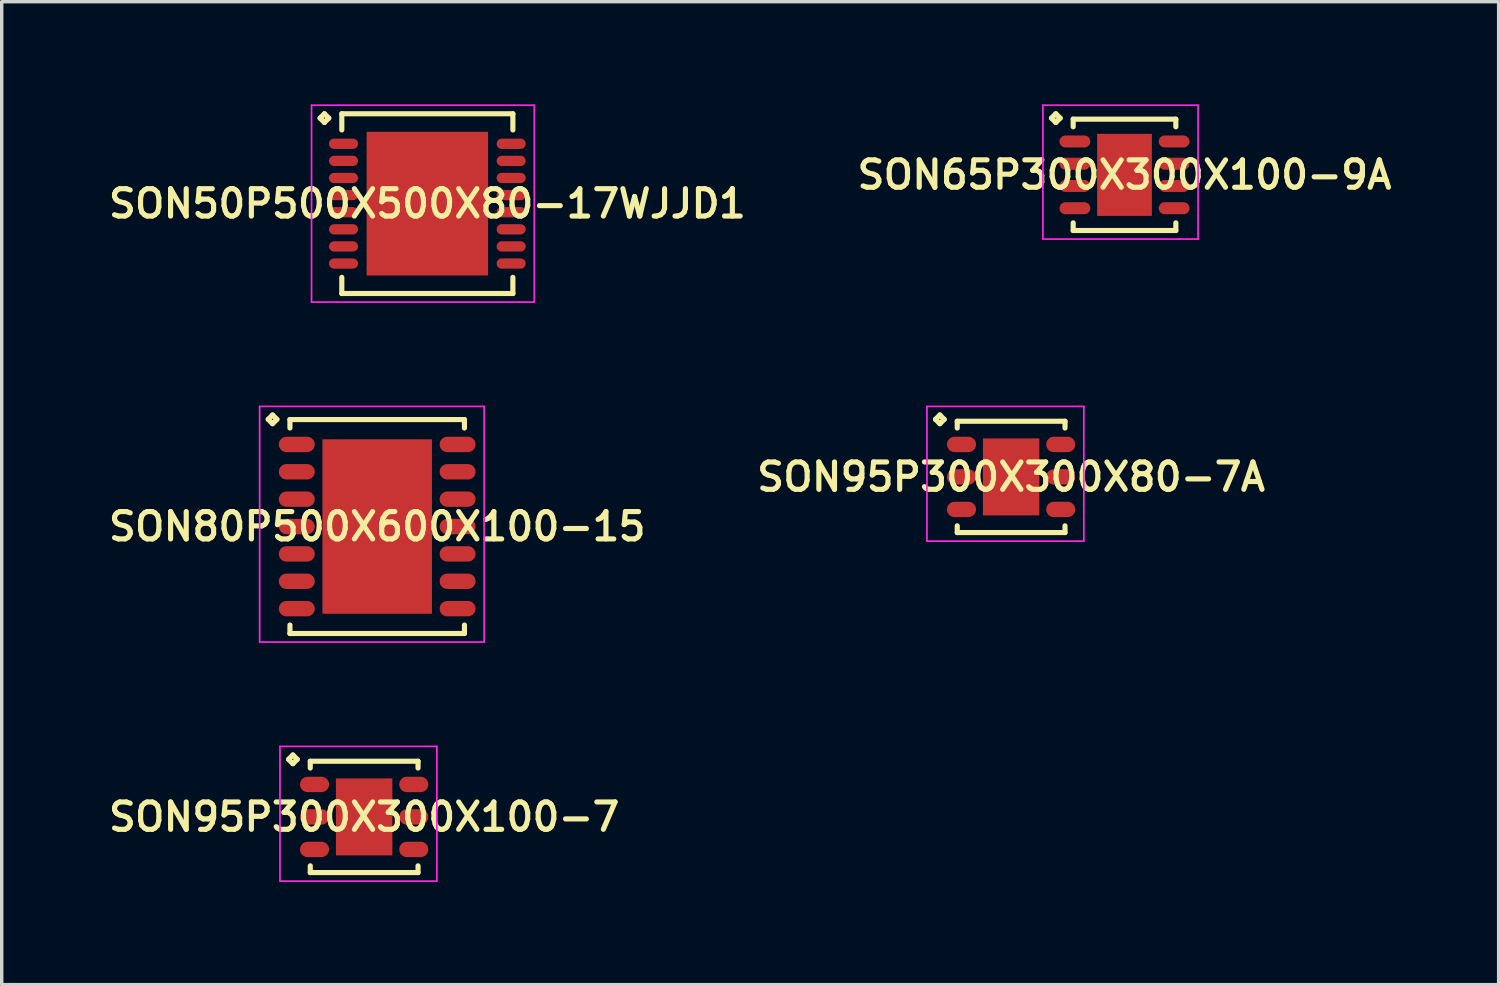
<source format=kicad_pcb>
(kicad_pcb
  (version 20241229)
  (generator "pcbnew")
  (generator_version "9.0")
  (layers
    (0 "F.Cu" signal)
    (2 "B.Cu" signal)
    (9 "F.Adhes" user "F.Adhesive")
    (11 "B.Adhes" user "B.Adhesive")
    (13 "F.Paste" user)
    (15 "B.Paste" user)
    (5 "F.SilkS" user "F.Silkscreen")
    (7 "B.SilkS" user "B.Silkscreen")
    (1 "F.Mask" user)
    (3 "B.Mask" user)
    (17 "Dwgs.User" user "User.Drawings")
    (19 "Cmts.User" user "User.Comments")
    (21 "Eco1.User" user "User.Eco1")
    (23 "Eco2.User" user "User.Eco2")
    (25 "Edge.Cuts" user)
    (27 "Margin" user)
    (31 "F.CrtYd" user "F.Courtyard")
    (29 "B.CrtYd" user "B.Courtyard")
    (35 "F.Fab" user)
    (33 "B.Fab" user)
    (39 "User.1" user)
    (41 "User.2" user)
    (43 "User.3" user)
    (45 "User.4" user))
  (footprint "SON80P500X600X100-15"
    (layer "F.Cu")
    (at 7.974 12.339)
    (property "Reference" "SON80P500X600X100-15" (at 0 0 0) (layer "F.SilkS") (effects (font (size 0.8 0.8) (thickness 0.15))))
    (attr smd)
    (fp_line (start -3.185 -3.133) (end -3.058 -3.26) (stroke (width 0.15) (type solid)) (layer "F.SilkS"))
    (fp_line (start -3.058 -3.26) (end -2.931 -3.133) (stroke (width 0.15) (type solid)) (layer "F.SilkS"))
    (fp_line (start -3.058 -3.006) (end -3.185 -3.133) (stroke (width 0.15) (type solid)) (layer "F.SilkS"))
    (fp_line (start -2.931 -3.133) (end -3.058 -3.006) (stroke (width 0.15) (type solid)) (layer "F.SilkS"))
    (fp_line (start -2.55 -3.127) (end 2.55 -3.127) (stroke (width 0.15) (type solid)) (layer "F.SilkS"))
    (fp_line (start -2.55 -2.879) (end -2.55 -3.127) (stroke (width 0.15) (type solid)) (layer "F.SilkS"))
    (fp_line (start -2.55 2.879) (end -2.55 3.127) (stroke (width 0.15) (type solid)) (layer "F.SilkS"))
    (fp_line (start -2.55 3.127) (end 2.55 3.127) (stroke (width 0.15) (type solid)) (layer "F.SilkS"))
    (fp_line (start 2.55 -3.127) (end 2.55 -2.879) (stroke (width 0.15) (type solid)) (layer "F.SilkS"))
    (fp_line (start 2.55 3.127) (end 2.55 2.879) (stroke (width 0.15) (type solid)) (layer "F.SilkS"))
    (fp_line (start -3.435 -3.51) (end 3.125 -3.51) (stroke (width 0.05) (type solid)) (layer "F.CrtYd"))
    (fp_line (start -3.435 3.377) (end -3.435 -3.51) (stroke (width 0.05) (type solid)) (layer "F.CrtYd"))
    (fp_line (start 3.125 -3.51) (end 3.125 3.377) (stroke (width 0.05) (type solid)) (layer "F.CrtYd"))
    (fp_line (start 3.125 3.377) (end -3.435 3.377) (stroke (width 0.05) (type solid)) (layer "F.CrtYd"))
    (pad "1" smd oval (at -2.35 -2.4) (size 1.05 0.45) (layers "F.Cu" "F.Mask" "F.Paste"))
    (pad "2" smd oval (at -2.35 -1.6) (size 1.05 0.45) (layers "F.Cu" "F.Mask" "F.Paste"))
    (pad "3" smd oval (at -2.35 -0.8) (size 1.05 0.45) (layers "F.Cu" "F.Mask" "F.Paste"))
    (pad "4" smd oval (at -2.35 0) (size 1.05 0.45) (layers "F.Cu" "F.Mask" "F.Paste"))
    (pad "5" smd oval (at -2.35 0.8) (size 1.05 0.45) (layers "F.Cu" "F.Mask" "F.Paste"))
    (pad "6" smd oval (at -2.35 1.6) (size 1.05 0.45) (layers "F.Cu" "F.Mask" "F.Paste"))
    (pad "7" smd oval (at -2.35 2.4) (size 1.05 0.45) (layers "F.Cu" "F.Mask" "F.Paste"))
    (pad "8" smd oval (at 2.35 2.4) (size 1.05 0.45) (layers "F.Cu" "F.Mask" "F.Paste"))
    (pad "9" smd oval (at 2.35 1.6) (size 1.05 0.45) (layers "F.Cu" "F.Mask" "F.Paste"))
    (pad "10" smd oval (at 2.35 0.8) (size 1.05 0.45) (layers "F.Cu" "F.Mask" "F.Paste"))
    (pad "11" smd oval (at 2.35 0) (size 1.05 0.45) (layers "F.Cu" "F.Mask" "F.Paste"))
    (pad "12" smd oval (at 2.35 -0.8) (size 1.05 0.45) (layers "F.Cu" "F.Mask" "F.Paste"))
    (pad "13" smd oval (at 2.35 -1.6) (size 1.05 0.45) (layers "F.Cu" "F.Mask" "F.Paste"))
    (pad "14" smd oval (at 2.35 -2.4) (size 1.05 0.45) (layers "F.Cu" "F.Mask" "F.Paste"))
    (pad "15" smd rect (at 0 0) (size 3.2 5.1) (layers "F.Cu" "F.Mask" "F.Paste")))
  (footprint "SON95P300X300X80-7A"
    (layer "F.Cu")
    (at 26.502 10.889)
    (property "Reference" "SON95P300X300X80-7A" (at 0 0 0) (layer "F.SilkS") (effects (font (size 0.8 0.8) (thickness 0.15))))
    (attr smd)
    (fp_line (start -2.21 -1.683) (end -2.083 -1.81) (stroke (width 0.15) (type solid)) (layer "F.SilkS"))
    (fp_line (start -2.083 -1.81) (end -1.956 -1.683) (stroke (width 0.15) (type solid)) (layer "F.SilkS"))
    (fp_line (start -2.083 -1.556) (end -2.21 -1.683) (stroke (width 0.15) (type solid)) (layer "F.SilkS"))
    (fp_line (start -1.956 -1.683) (end -2.083 -1.556) (stroke (width 0.15) (type solid)) (layer "F.SilkS"))
    (fp_line (start -1.575 -1.627) (end 1.575 -1.627) (stroke (width 0.15) (type solid)) (layer "F.SilkS"))
    (fp_line (start -1.575 -1.429) (end -1.575 -1.627) (stroke (width 0.15) (type solid)) (layer "F.SilkS"))
    (fp_line (start -1.575 1.429) (end -1.575 1.627) (stroke (width 0.15) (type solid)) (layer "F.SilkS"))
    (fp_line (start -1.575 1.627) (end 1.575 1.627) (stroke (width 0.15) (type solid)) (layer "F.SilkS"))
    (fp_line (start 1.575 -1.627) (end 1.575 -1.429) (stroke (width 0.15) (type solid)) (layer "F.SilkS"))
    (fp_line (start 1.575 1.627) (end 1.575 1.429) (stroke (width 0.15) (type solid)) (layer "F.SilkS"))
    (fp_line (start -2.46 -2.06) (end 2.125 -2.06) (stroke (width 0.05) (type solid)) (layer "F.CrtYd"))
    (fp_line (start -2.46 1.877) (end -2.46 -2.06) (stroke (width 0.05) (type solid)) (layer "F.CrtYd"))
    (fp_line (start 2.125 -2.06) (end 2.125 1.877) (stroke (width 0.05) (type solid)) (layer "F.CrtYd"))
    (fp_line (start 2.125 1.877) (end -2.46 1.877) (stroke (width 0.05) (type solid)) (layer "F.CrtYd"))
    (pad "1" smd oval (at -1.45 -0.95) (size 0.85 0.45) (layers "F.Cu" "F.Mask" "F.Paste"))
    (pad "2" smd oval (at -1.45 0) (size 0.85 0.45) (layers "F.Cu" "F.Mask" "F.Paste"))
    (pad "3" smd oval (at -1.45 0.95) (size 0.85 0.45) (layers "F.Cu" "F.Mask" "F.Paste"))
    (pad "4" smd oval (at 1.45 0.95) (size 0.85 0.45) (layers "F.Cu" "F.Mask" "F.Paste"))
    (pad "5" smd oval (at 1.45 0) (size 0.85 0.45) (layers "F.Cu" "F.Mask" "F.Paste"))
    (pad "6" smd oval (at 1.45 -0.95) (size 0.85 0.45) (layers "F.Cu" "F.Mask" "F.Paste"))
    (pad "7" smd rect (at 0 0) (size 1.65 2.25) (layers "F.Cu" "F.Mask" "F.Paste")))
  (footprint "SON50P500X500X80-17WJJD1"
    (layer "F.Cu")
    (at 9.44 2.902)
    (property "Reference" "SON50P500X500X80-17WJJD1" (at 0 0 0) (layer "F.SilkS") (effects (font (size 0.8 0.8) (thickness 0.15))))
    (attr smd)
    (fp_line (start -3.135 -2.5) (end -3.008 -2.627) (stroke (width 0.15) (type solid)) (layer "F.SilkS"))
    (fp_line (start -3.008 -2.627) (end -2.881 -2.5) (stroke (width 0.15) (type solid)) (layer "F.SilkS"))
    (fp_line (start -3.008 -2.373) (end -3.135 -2.5) (stroke (width 0.15) (type solid)) (layer "F.SilkS"))
    (fp_line (start -2.881 -2.5) (end -3.008 -2.373) (stroke (width 0.15) (type solid)) (layer "F.SilkS"))
    (fp_line (start -2.5 -2.627) (end 2.5 -2.627) (stroke (width 0.15) (type solid)) (layer "F.SilkS"))
    (fp_line (start -2.5 -2.154) (end -2.5 -2.627) (stroke (width 0.15) (type solid)) (layer "F.SilkS"))
    (fp_line (start -2.5 2.154) (end -2.5 2.627) (stroke (width 0.15) (type solid)) (layer "F.SilkS"))
    (fp_line (start -2.5 2.627) (end 2.5 2.627) (stroke (width 0.15) (type solid)) (layer "F.SilkS"))
    (fp_line (start 2.5 -2.627) (end 2.5 -2.154) (stroke (width 0.15) (type solid)) (layer "F.SilkS"))
    (fp_line (start 2.5 2.627) (end 2.5 2.154) (stroke (width 0.15) (type solid)) (layer "F.SilkS"))
    (fp_line (start -3.385 -2.877) (end 3.125 -2.877) (stroke (width 0.05) (type solid)) (layer "F.CrtYd"))
    (fp_line (start -3.385 2.877) (end -3.385 -2.877) (stroke (width 0.05) (type solid)) (layer "F.CrtYd"))
    (fp_line (start 3.125 -2.877) (end 3.125 2.877) (stroke (width 0.05) (type solid)) (layer "F.CrtYd"))
    (fp_line (start 3.125 2.877) (end -3.385 2.877) (stroke (width 0.05) (type solid)) (layer "F.CrtYd"))
    (pad "1" smd oval (at -2.45 -1.75) (size 0.85 0.3) (layers "F.Cu" "F.Mask" "F.Paste"))
    (pad "2" smd oval (at -2.45 -1.25) (size 0.85 0.3) (layers "F.Cu" "F.Mask" "F.Paste"))
    (pad "3" smd oval (at -2.45 -0.75) (size 0.85 0.3) (layers "F.Cu" "F.Mask" "F.Paste"))
    (pad "4" smd oval (at -2.45 -0.25) (size 0.85 0.3) (layers "F.Cu" "F.Mask" "F.Paste"))
    (pad "5" smd oval (at -2.45 0.25) (size 0.85 0.3) (layers "F.Cu" "F.Mask" "F.Paste"))
    (pad "6" smd oval (at -2.45 0.75) (size 0.85 0.3) (layers "F.Cu" "F.Mask" "F.Paste"))
    (pad "7" smd oval (at -2.45 1.25) (size 0.85 0.3) (layers "F.Cu" "F.Mask" "F.Paste"))
    (pad "8" smd oval (at -2.45 1.75) (size 0.85 0.3) (layers "F.Cu" "F.Mask" "F.Paste"))
    (pad "9" smd oval (at 2.45 1.75) (size 0.85 0.3) (layers "F.Cu" "F.Mask" "F.Paste"))
    (pad "10" smd oval (at 2.45 1.25) (size 0.85 0.3) (layers "F.Cu" "F.Mask" "F.Paste"))
    (pad "11" smd oval (at 2.45 0.75) (size 0.85 0.3) (layers "F.Cu" "F.Mask" "F.Paste"))
    (pad "12" smd oval (at 2.45 0.25) (size 0.85 0.3) (layers "F.Cu" "F.Mask" "F.Paste"))
    (pad "13" smd oval (at 2.45 -0.25) (size 0.85 0.3) (layers "F.Cu" "F.Mask" "F.Paste"))
    (pad "14" smd oval (at 2.45 -0.75) (size 0.85 0.3) (layers "F.Cu" "F.Mask" "F.Paste"))
    (pad "15" smd oval (at 2.45 -1.25) (size 0.85 0.3) (layers "F.Cu" "F.Mask" "F.Paste"))
    (pad "16" smd oval (at 2.45 -1.75) (size 0.85 0.3) (layers "F.Cu" "F.Mask" "F.Paste"))
    (pad "17" smd rect (at 0 0) (size 3.55 4.2) (layers "F.Cu" "F.Mask" "F.Paste")))
  (footprint "SON65P300X300X100-9A"
    (layer "F.Cu")
    (at 29.816 2.06)
    (property "Reference" "SON65P300X300X100-9A" (at 0 0 0) (layer "F.SilkS") (effects (font (size 0.8 0.8) (thickness 0.15))))
    (attr smd)
    (fp_line (start -2.135 -1.658) (end -2.008 -1.785) (stroke (width 0.15) (type solid)) (layer "F.SilkS"))
    (fp_line (start -2.008 -1.785) (end -1.881 -1.658) (stroke (width 0.15) (type solid)) (layer "F.SilkS"))
    (fp_line (start -2.008 -1.531) (end -2.135 -1.658) (stroke (width 0.15) (type solid)) (layer "F.SilkS"))
    (fp_line (start -1.881 -1.658) (end -2.008 -1.531) (stroke (width 0.15) (type solid)) (layer "F.SilkS"))
    (fp_line (start -1.5 -1.627) (end 1.5 -1.627) (stroke (width 0.15) (type solid)) (layer "F.SilkS"))
    (fp_line (start -1.5 -1.404) (end -1.5 -1.627) (stroke (width 0.15) (type solid)) (layer "F.SilkS"))
    (fp_line (start -1.5 1.404) (end -1.5 1.627) (stroke (width 0.15) (type solid)) (layer "F.SilkS"))
    (fp_line (start -1.5 1.627) (end 1.5 1.627) (stroke (width 0.15) (type solid)) (layer "F.SilkS"))
    (fp_line (start 1.5 -1.627) (end 1.5 -1.404) (stroke (width 0.15) (type solid)) (layer "F.SilkS"))
    (fp_line (start 1.5 1.627) (end 1.5 1.404) (stroke (width 0.15) (type solid)) (layer "F.SilkS"))
    (fp_line (start -2.385 -2.035) (end 2.15 -2.035) (stroke (width 0.05) (type solid)) (layer "F.CrtYd"))
    (fp_line (start -2.385 1.877) (end -2.385 -2.035) (stroke (width 0.05) (type solid)) (layer "F.CrtYd"))
    (fp_line (start 2.15 -2.035) (end 2.15 1.877) (stroke (width 0.05) (type solid)) (layer "F.CrtYd"))
    (fp_line (start 2.15 1.877) (end -2.385 1.877) (stroke (width 0.05) (type solid)) (layer "F.CrtYd"))
    (pad "1" smd oval (at -1.45 -0.975) (size 0.9 0.35) (layers "F.Cu" "F.Mask" "F.Paste"))
    (pad "2" smd oval (at -1.45 -0.325) (size 0.9 0.35) (layers "F.Cu" "F.Mask" "F.Paste"))
    (pad "3" smd oval (at -1.45 0.325) (size 0.9 0.35) (layers "F.Cu" "F.Mask" "F.Paste"))
    (pad "4" smd oval (at -1.45 0.975) (size 0.9 0.35) (layers "F.Cu" "F.Mask" "F.Paste"))
    (pad "5" smd oval (at 1.45 0.975) (size 0.9 0.35) (layers "F.Cu" "F.Mask" "F.Paste"))
    (pad "6" smd oval (at 1.45 0.325) (size 0.9 0.35) (layers "F.Cu" "F.Mask" "F.Paste"))
    (pad "7" smd oval (at 1.45 -0.325) (size 0.9 0.35) (layers "F.Cu" "F.Mask" "F.Paste"))
    (pad "8" smd oval (at 1.45 -0.975) (size 0.9 0.35) (layers "F.Cu" "F.Mask" "F.Paste"))
    (pad "9" smd rect (at 0 0) (size 1.6 2.4) (layers "F.Cu" "F.Mask" "F.Paste")))
  (footprint "SON95P300X300X100-7"
    (layer "F.Cu")
    (at 7.593 20.826)
    (property "Reference" "SON95P300X300X100-7" (at 0 0 0) (layer "F.SilkS") (effects (font (size 0.8 0.8) (thickness 0.15))))
    (attr smd)
    (fp_line (start -2.21 -1.683) (end -2.083 -1.81) (stroke (width 0.15) (type solid)) (layer "F.SilkS"))
    (fp_line (start -2.083 -1.81) (end -1.956 -1.683) (stroke (width 0.15) (type solid)) (layer "F.SilkS"))
    (fp_line (start -2.083 -1.556) (end -2.21 -1.683) (stroke (width 0.15) (type solid)) (layer "F.SilkS"))
    (fp_line (start -1.956 -1.683) (end -2.083 -1.556) (stroke (width 0.15) (type solid)) (layer "F.SilkS"))
    (fp_line (start -1.575 -1.627) (end 1.575 -1.627) (stroke (width 0.15) (type solid)) (layer "F.SilkS"))
    (fp_line (start -1.575 -1.429) (end -1.575 -1.627) (stroke (width 0.15) (type solid)) (layer "F.SilkS"))
    (fp_line (start -1.575 1.429) (end -1.575 1.627) (stroke (width 0.15) (type solid)) (layer "F.SilkS"))
    (fp_line (start -1.575 1.627) (end 1.575 1.627) (stroke (width 0.15) (type solid)) (layer "F.SilkS"))
    (fp_line (start 1.575 -1.627) (end 1.575 -1.429) (stroke (width 0.15) (type solid)) (layer "F.SilkS"))
    (fp_line (start 1.575 1.627) (end 1.575 1.429) (stroke (width 0.15) (type solid)) (layer "F.SilkS"))
    (fp_line (start -2.46 -2.06) (end 2.125 -2.06) (stroke (width 0.05) (type solid)) (layer "F.CrtYd"))
    (fp_line (start -2.46 1.877) (end -2.46 -2.06) (stroke (width 0.05) (type solid)) (layer "F.CrtYd"))
    (fp_line (start 2.125 -2.06) (end 2.125 1.877) (stroke (width 0.05) (type solid)) (layer "F.CrtYd"))
    (fp_line (start 2.125 1.877) (end -2.46 1.877) (stroke (width 0.05) (type solid)) (layer "F.CrtYd"))
    (pad "1" smd oval (at -1.45 -0.95) (size 0.85 0.45) (layers "F.Cu" "F.Mask" "F.Paste"))
    (pad "2" smd oval (at -1.45 0) (size 0.85 0.45) (layers "F.Cu" "F.Mask" "F.Paste"))
    (pad "3" smd oval (at -1.45 0.95) (size 0.85 0.45) (layers "F.Cu" "F.Mask" "F.Paste"))
    (pad "4" smd oval (at 1.45 0.95) (size 0.85 0.45) (layers "F.Cu" "F.Mask" "F.Paste"))
    (pad "5" smd oval (at 1.45 0) (size 0.85 0.45) (layers "F.Cu" "F.Mask" "F.Paste"))
    (pad "6" smd oval (at 1.45 -0.95) (size 0.85 0.45) (layers "F.Cu" "F.Mask" "F.Paste"))
    (pad "7" smd rect (at 0 0) (size 1.65 2.25) (layers "F.Cu" "F.Mask" "F.Paste")))
  (gr_rect
    (start -3 -3)
    (end 40.751 25.728)
    (stroke (width 0.1) (type default))
    (fill no)
    (layer "Edge.Cuts")))
</source>
